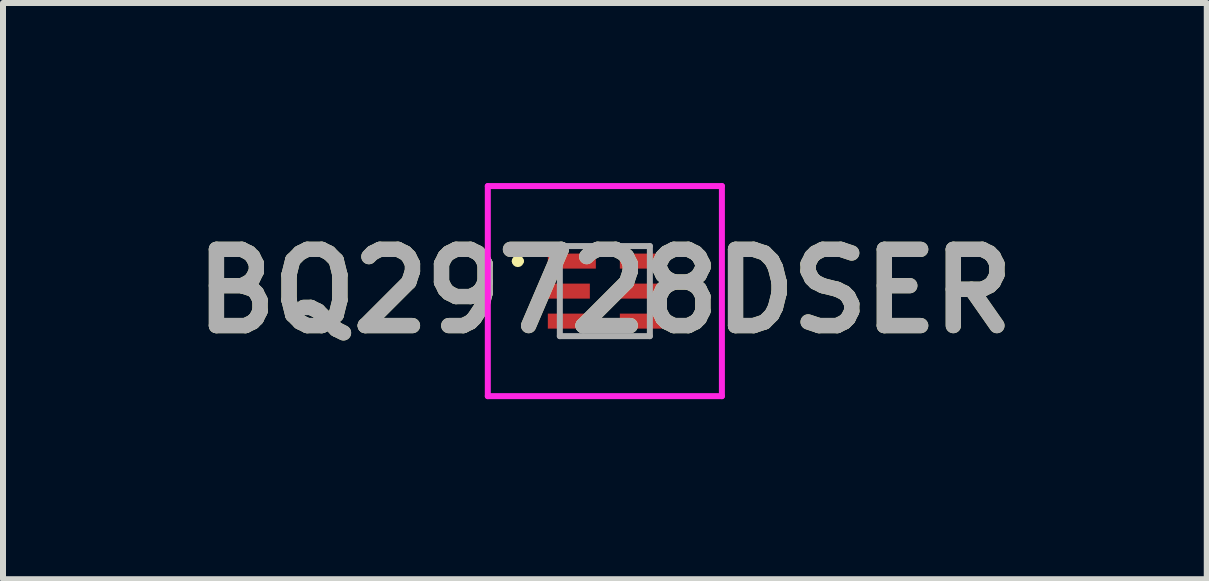
<source format=kicad_pcb>
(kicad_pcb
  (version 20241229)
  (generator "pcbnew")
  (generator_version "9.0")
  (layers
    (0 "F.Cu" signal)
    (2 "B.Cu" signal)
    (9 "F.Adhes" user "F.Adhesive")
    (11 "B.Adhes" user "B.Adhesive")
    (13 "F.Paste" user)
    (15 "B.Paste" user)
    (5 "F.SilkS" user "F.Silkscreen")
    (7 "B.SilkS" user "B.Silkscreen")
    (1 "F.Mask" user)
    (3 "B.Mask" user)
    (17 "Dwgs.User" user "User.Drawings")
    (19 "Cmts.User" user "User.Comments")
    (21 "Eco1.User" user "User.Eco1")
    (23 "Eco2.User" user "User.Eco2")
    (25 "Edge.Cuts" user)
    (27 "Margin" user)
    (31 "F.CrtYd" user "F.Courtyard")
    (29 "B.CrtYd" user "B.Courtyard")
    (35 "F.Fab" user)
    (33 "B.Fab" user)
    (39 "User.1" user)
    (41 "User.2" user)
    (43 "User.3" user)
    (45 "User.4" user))
  (footprint "BQ29728DSER"
    (layer "F.Cu")
    (at 7.027 1.8)
    (property "Reference" "BQ29728DSER" (at 0 0 0) (layer "F.SilkS") (effects (font (size 1.27 1.27) (thickness 0.254))))
    (attr smd)
    (fp_line (start -1.5 -0.5) (end -1.5 -0.5) (stroke (width 0.1) (type solid)) (layer "F.SilkS"))
    (fp_line (start -1.4 -0.5) (end -1.4 -0.5) (stroke (width 0.1) (type solid)) (layer "F.SilkS"))
    (fp_arc (start -1.5 -0.5) (mid -1.45 -0.55) (end -1.4 -0.5) (stroke (width 0.1) (type solid)) (layer "F.SilkS"))
    (fp_arc (start -1.4 -0.5) (mid -1.45 -0.45) (end -1.5 -0.5) (stroke (width 0.1) (type solid)) (layer "F.SilkS"))
    (fp_line (start -1.95 -1.75) (end 1.95 -1.75) (stroke (width 0.1) (type solid)) (layer "F.CrtYd"))
    (fp_line (start -1.95 1.75) (end -1.95 -1.75) (stroke (width 0.1) (type solid)) (layer "F.CrtYd"))
    (fp_line (start 1.95 -1.75) (end 1.95 1.75) (stroke (width 0.1) (type solid)) (layer "F.CrtYd"))
    (fp_line (start 1.95 1.75) (end -1.95 1.75) (stroke (width 0.1) (type solid)) (layer "F.CrtYd"))
    (fp_line (start -0.75 -0.75) (end -0.75 0.75) (stroke (width 0.1) (type solid)) (layer "F.Fab"))
    (fp_line (start -0.75 0.75) (end 0.75 0.75) (stroke (width 0.1) (type solid)) (layer "F.Fab"))
    (fp_line (start 0.75 -0.75) (end -0.75 -0.75) (stroke (width 0.1) (type solid)) (layer "F.Fab"))
    (fp_line (start 0.75 0.75) (end 0.75 -0.75) (stroke (width 0.1) (type solid)) (layer "F.Fab"))
    (fp_text user "${REFERENCE}" (at 0 0 0) (layer "F.Fab") (effects (font (size 1.27 1.27) (thickness 0.254))))
    (pad "1" smd rect (at -0.55 -0.5 90) (size 0.25 0.8) (layers "F.Cu" "F.Mask" "F.Paste"))
    (pad "2" smd rect (at -0.6 0 90) (size 0.25 0.7) (layers "F.Cu" "F.Mask" "F.Paste"))
    (pad "3" smd rect (at -0.6 0.5 90) (size 0.25 0.7) (layers "F.Cu" "F.Mask" "F.Paste"))
    (pad "4" smd rect (at 0.6 0.5 90) (size 0.25 0.7) (layers "F.Cu" "F.Mask" "F.Paste"))
    (pad "5" smd rect (at 0.6 0 90) (size 0.25 0.7) (layers "F.Cu" "F.Mask" "F.Paste"))
    (pad "6" smd rect (at 0.6 -0.5 90) (size 0.25 0.7) (layers "F.Cu" "F.Mask" "F.Paste")))
  (gr_rect
    (start -3 -3)
    (end 17.055 6.6)
    (stroke (width 0.1) (type default))
    (fill no)
    (layer "Edge.Cuts")))
</source>
